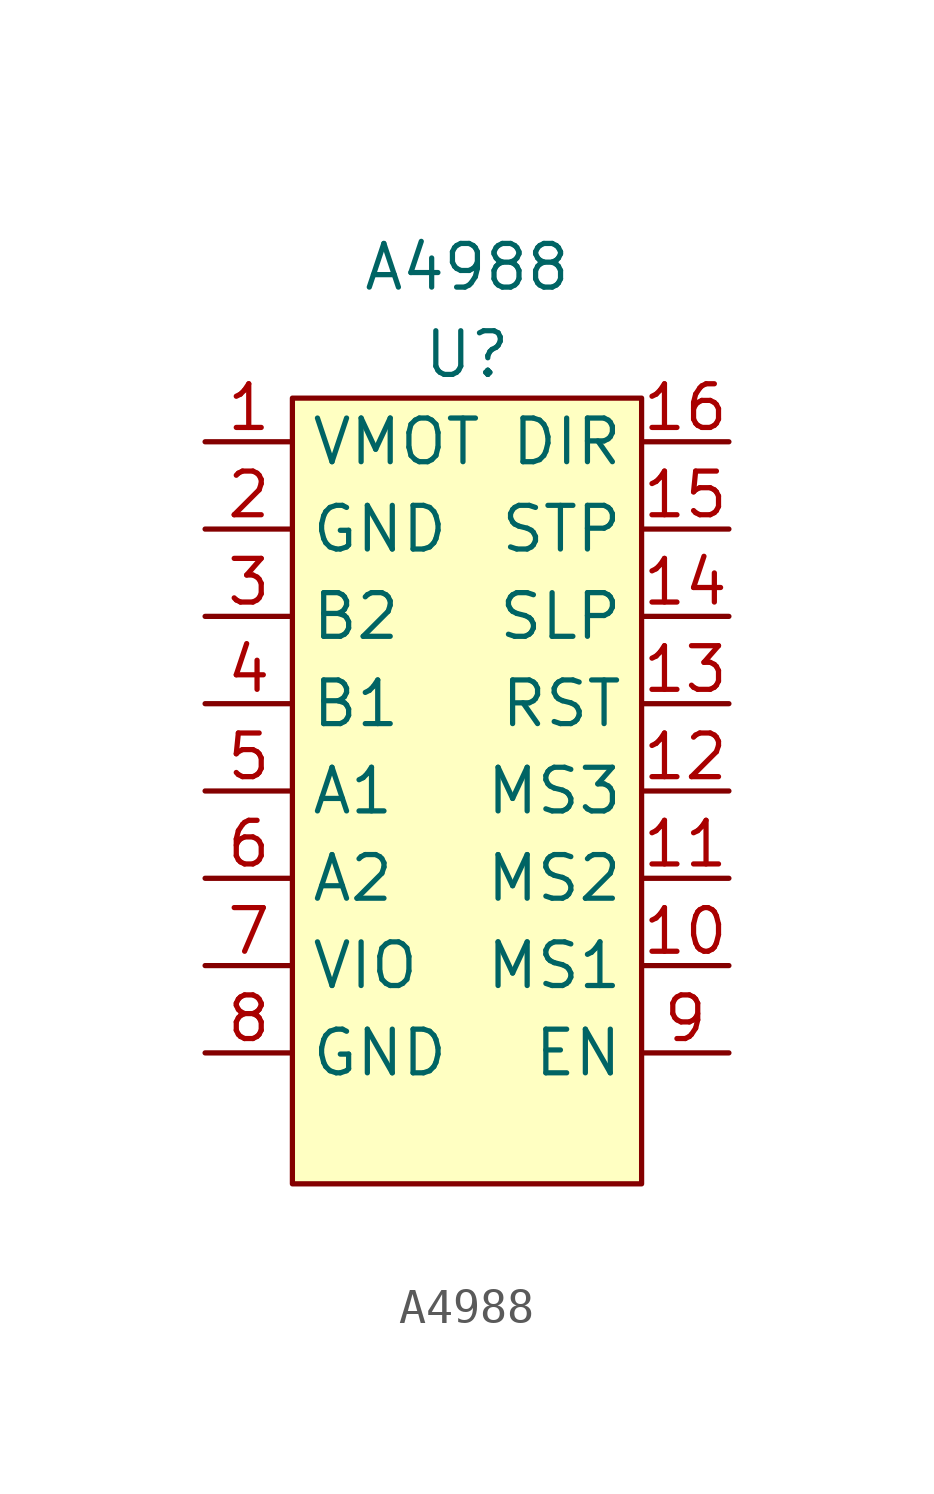
<source format=kicad_sym>
(kicad_symbol_lib
  (version 20231120)
  (generator "kicad_symbol_editor")
  (generator_version "8.0")
  (symbol "A4988"
    (property "Reference" "U"
      (at 0 0 0)
      (effects (font (size 1.27 1.27))))
    (property "Value" "A4988"
      (at 0 2.54 0)
      (effects (font (size 1.27 1.27))))
    (symbol "A4988_0_1"
      (rectangle (start -5.08 -1.27) (end 5.08 -24.13) (stroke (width 0) (type default)) (fill (type background))))
    (symbol "A4988_1_1"
      (pin input line (at -7.62 -2.54 0) (length 2.54) (name "VMOT" (effects (font (size 1.27 1.27)))) (number "1" (effects (font (size 1.27 1.27)))))
      (pin input line (at 7.62 -17.78 180) (length 2.54) (name "MS1" (effects (font (size 1.27 1.27)))) (number "10" (effects (font (size 1.27 1.27)))))
      (pin input line (at 7.62 -15.24 180) (length 2.54) (name "MS2" (effects (font (size 1.27 1.27)))) (number "11" (effects (font (size 1.27 1.27)))))
      (pin input line (at 7.62 -12.7 180) (length 2.54) (name "MS3" (effects (font (size 1.27 1.27)))) (number "12" (effects (font (size 1.27 1.27)))))
      (pin input line (at 7.62 -10.16 180) (length 2.54) (name "RST" (effects (font (size 1.27 1.27)))) (number "13" (effects (font (size 1.27 1.27)))))
      (pin input line (at 7.62 -7.62 180) (length 2.54) (name "SLP" (effects (font (size 1.27 1.27)))) (number "14" (effects (font (size 1.27 1.27)))))
      (pin input line (at 7.62 -5.08 180) (length 2.54) (name "STP" (effects (font (size 1.27 1.27)))) (number "15" (effects (font (size 1.27 1.27)))))
      (pin input line (at 7.62 -2.54 180) (length 2.54) (name "DIR" (effects (font (size 1.27 1.27)))) (number "16" (effects (font (size 1.27 1.27)))))
      (pin input line (at -7.62 -5.08 0) (length 2.54) (name "GND" (effects (font (size 1.27 1.27)))) (number "2" (effects (font (size 1.27 1.27)))))
      (pin input line (at -7.62 -7.62 0) (length 2.54) (name "B2" (effects (font (size 1.27 1.27)))) (number "3" (effects (font (size 1.27 1.27)))))
      (pin input line (at -7.62 -10.16 0) (length 2.54) (name "B1" (effects (font (size 1.27 1.27)))) (number "4" (effects (font (size 1.27 1.27)))))
      (pin input line (at -7.62 -12.7 0) (length 2.54) (name "A1" (effects (font (size 1.27 1.27)))) (number "5" (effects (font (size 1.27 1.27)))))
      (pin input line (at -7.62 -15.24 0) (length 2.54) (name "A2" (effects (font (size 1.27 1.27)))) (number "6" (effects (font (size 1.27 1.27)))))
      (pin input line (at -7.62 -17.78 0) (length 2.54) (name "VIO" (effects (font (size 1.27 1.27)))) (number "7" (effects (font (size 1.27 1.27)))))
      (pin input line (at -7.62 -20.32 0) (length 2.54) (name "GND" (effects (font (size 1.27 1.27)))) (number "8" (effects (font (size 1.27 1.27)))))
      (pin input line (at 7.62 -20.32 180) (length 2.54) (name "EN" (effects (font (size 1.27 1.27)))) (number "9" (effects (font (size 1.27 1.27))))))))
</source>
